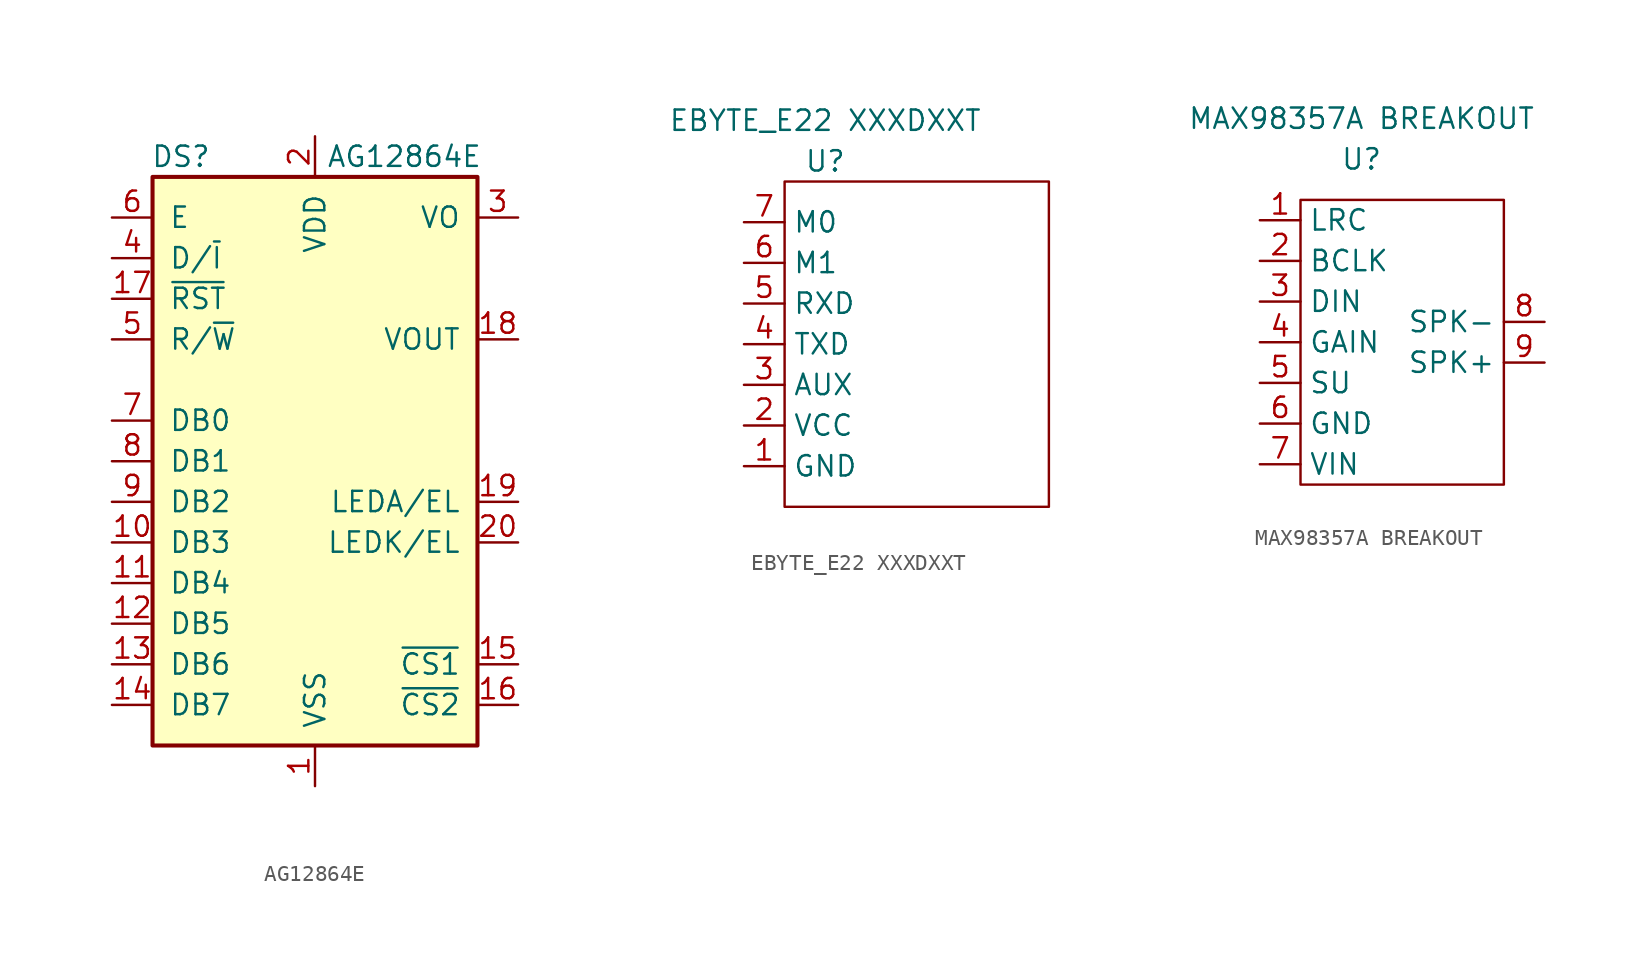
<source format=kicad_sym>
(kicad_symbol_lib
  (version 20220914)
  (generator kicad_symbol_editor)
  (symbol "AG12864E"
    (pin_names
      (offset 1.016))
    (property "Reference" "DS"
      (at -8.382 19.05 0)
      (effects (font (size 1.27 1.27))))
    (property "Value" "AG12864E"
      (at 5.588 19.05 0)
      (effects (font (size 1.27 1.27))))
    (symbol "AG12864E_0_1"
      (rectangle (start -10.16 17.78) (end 10.16 -17.78) (stroke (width 0.254) (type default)) (fill (type background))))
    (symbol "AG12864E_1_1"
      (pin power_in line (at 0 -20.32 90) (length 2.54) (name "VSS" (effects (font (size 1.27 1.27)))) (number "1" (effects (font (size 1.27 1.27)))))
      (pin bidirectional line (at -12.7 -5.08 0) (length 2.54) (name "DB3" (effects (font (size 1.27 1.27)))) (number "10" (effects (font (size 1.27 1.27)))))
      (pin bidirectional line (at -12.7 -7.62 0) (length 2.54) (name "DB4" (effects (font (size 1.27 1.27)))) (number "11" (effects (font (size 1.27 1.27)))))
      (pin bidirectional line (at -12.7 -10.16 0) (length 2.54) (name "DB5" (effects (font (size 1.27 1.27)))) (number "12" (effects (font (size 1.27 1.27)))))
      (pin bidirectional line (at -12.7 -12.7 0) (length 2.54) (name "DB6" (effects (font (size 1.27 1.27)))) (number "13" (effects (font (size 1.27 1.27)))))
      (pin bidirectional line (at -12.7 -15.24 0) (length 2.54) (name "DB7" (effects (font (size 1.27 1.27)))) (number "14" (effects (font (size 1.27 1.27)))))
      (pin input line (at 12.7 -12.7 180) (length 2.54) (name "~{CS1}" (effects (font (size 1.27 1.27)))) (number "15" (effects (font (size 1.27 1.27)))))
      (pin input line (at 12.7 -15.24 180) (length 2.54) (name "~{CS2}" (effects (font (size 1.27 1.27)))) (number "16" (effects (font (size 1.27 1.27)))))
      (pin input line (at -12.7 10.16 0) (length 2.54) (name "~{RST}" (effects (font (size 1.27 1.27)))) (number "17" (effects (font (size 1.27 1.27)))))
      (pin passive line (at 12.7 7.62 180) (length 2.54) (name "VOUT" (effects (font (size 1.27 1.27)))) (number "18" (effects (font (size 1.27 1.27)))))
      (pin passive line (at 12.7 -2.54 180) (length 2.54) (name "LEDA/EL" (effects (font (size 1.27 1.27)))) (number "19" (effects (font (size 1.27 1.27)))))
      (pin power_in line (at 0 20.32 270) (length 2.54) (name "VDD" (effects (font (size 1.27 1.27)))) (number "2" (effects (font (size 1.27 1.27)))))
      (pin passive line (at 12.7 -5.08 180) (length 2.54) (name "LEDK/EL" (effects (font (size 1.27 1.27)))) (number "20" (effects (font (size 1.27 1.27)))))
      (pin passive line (at 12.7 15.24 180) (length 2.54) (name "VO" (effects (font (size 1.27 1.27)))) (number "3" (effects (font (size 1.27 1.27)))))
      (pin input line (at -12.7 12.7 0) (length 2.54) (name "D/~{I}" (effects (font (size 1.27 1.27)))) (number "4" (effects (font (size 1.27 1.27)))))
      (pin input line (at -12.7 7.62 0) (length 2.54) (name "R/~{W}" (effects (font (size 1.27 1.27)))) (number "5" (effects (font (size 1.27 1.27)))))
      (pin input line (at -12.7 15.24 0) (length 2.54) (name "E" (effects (font (size 1.27 1.27)))) (number "6" (effects (font (size 1.27 1.27)))))
      (pin bidirectional line (at -12.7 2.54 0) (length 2.54) (name "DB0" (effects (font (size 1.27 1.27)))) (number "7" (effects (font (size 1.27 1.27)))))
      (pin bidirectional line (at -12.7 0 0) (length 2.54) (name "DB1" (effects (font (size 1.27 1.27)))) (number "8" (effects (font (size 1.27 1.27)))))
      (pin bidirectional line (at -12.7 -2.54 0) (length 2.54) (name "DB2" (effects (font (size 1.27 1.27)))) (number "9" (effects (font (size 1.27 1.27)))))))
  (symbol "EBYTE_E22 XXXDXXT"
    (property "Reference" "U"
      (at 0 0 0)
      (effects (font (size 1.27 1.27))))
    (property "Value" "EBYTE_E22 XXXDXXT"
      (at 0 2.54 0)
      (effects (font (size 1.27 1.27))))
    (symbol "EBYTE_E22 XXXDXXT_0_1"
      (rectangle (start -2.54 -1.27) (end 13.97 -21.59) (stroke (width 0) (type default)) (fill (type none))))
    (symbol "EBYTE_E22 XXXDXXT_1_1"
      (pin power_in line (at -5.08 -19.05 0) (length 2.54) (name "GND" (effects (font (size 1.27 1.27)))) (number "1" (effects (font (size 1.27 1.27)))))
      (pin power_in line (at -5.08 -16.51 0) (length 2.54) (name "VCC" (effects (font (size 1.27 1.27)))) (number "2" (effects (font (size 1.27 1.27)))))
      (pin input line (at -5.08 -13.97 0) (length 2.54) (name "AUX" (effects (font (size 1.27 1.27)))) (number "3" (effects (font (size 1.27 1.27)))))
      (pin output line (at -5.08 -11.43 0) (length 2.54) (name "TXD" (effects (font (size 1.27 1.27)))) (number "4" (effects (font (size 1.27 1.27)))))
      (pin input line (at -5.08 -8.89 0) (length 2.54) (name "RXD" (effects (font (size 1.27 1.27)))) (number "5" (effects (font (size 1.27 1.27)))))
      (pin input line (at -5.08 -6.35 0) (length 2.54) (name "M1" (effects (font (size 1.27 1.27)))) (number "6" (effects (font (size 1.27 1.27)))))
      (pin input line (at -5.08 -3.81 0) (length 2.54) (name "M0" (effects (font (size 1.27 1.27)))) (number "7" (effects (font (size 1.27 1.27)))))))
  (symbol "MAX98357A BREAKOUT"
    (property "Reference" "U"
      (at 0 0 0)
      (effects (font (size 1.27 1.27))))
    (property "Value" "MAX98357A BREAKOUT"
      (at 0 2.54 0)
      (effects (font (size 1.27 1.27))))
    (symbol "MAX98357A BREAKOUT_0_1"
      (rectangle (start -3.81 -2.54) (end 8.89 -20.32) (stroke (width 0) (type default)) (fill (type none))))
    (symbol "MAX98357A BREAKOUT_1_1"
      (pin input line (at -6.35 -3.81 0) (length 2.54) (name "LRC" (effects (font (size 1.27 1.27)))) (number "1" (effects (font (size 1.27 1.27)))))
      (pin input line (at -6.35 -6.35 0) (length 2.54) (name "BCLK" (effects (font (size 1.27 1.27)))) (number "2" (effects (font (size 1.27 1.27)))))
      (pin input line (at -6.35 -8.89 0) (length 2.54) (name "DIN" (effects (font (size 1.27 1.27)))) (number "3" (effects (font (size 1.27 1.27)))))
      (pin input line (at -6.35 -11.43 0) (length 2.54) (name "GAIN" (effects (font (size 1.27 1.27)))) (number "4" (effects (font (size 1.27 1.27)))))
      (pin input line (at -6.35 -13.97 0) (length 2.54) (name "SU" (effects (font (size 1.27 1.27)))) (number "5" (effects (font (size 1.27 1.27)))))
      (pin power_in line (at -6.35 -16.51 0) (length 2.54) (name "GND" (effects (font (size 1.27 1.27)))) (number "6" (effects (font (size 1.27 1.27)))))
      (pin power_in line (at -6.35 -19.05 0) (length 2.54) (name "VIN" (effects (font (size 1.27 1.27)))) (number "7" (effects (font (size 1.27 1.27)))))
      (pin output line (at 11.43 -10.16 180) (length 2.54) (name "SPK-" (effects (font (size 1.27 1.27)))) (number "8" (effects (font (size 1.27 1.27)))))
      (pin output line (at 11.43 -12.7 180) (length 2.54) (name "SPK+" (effects (font (size 1.27 1.27)))) (number "9" (effects (font (size 1.27 1.27))))))))
</source>
